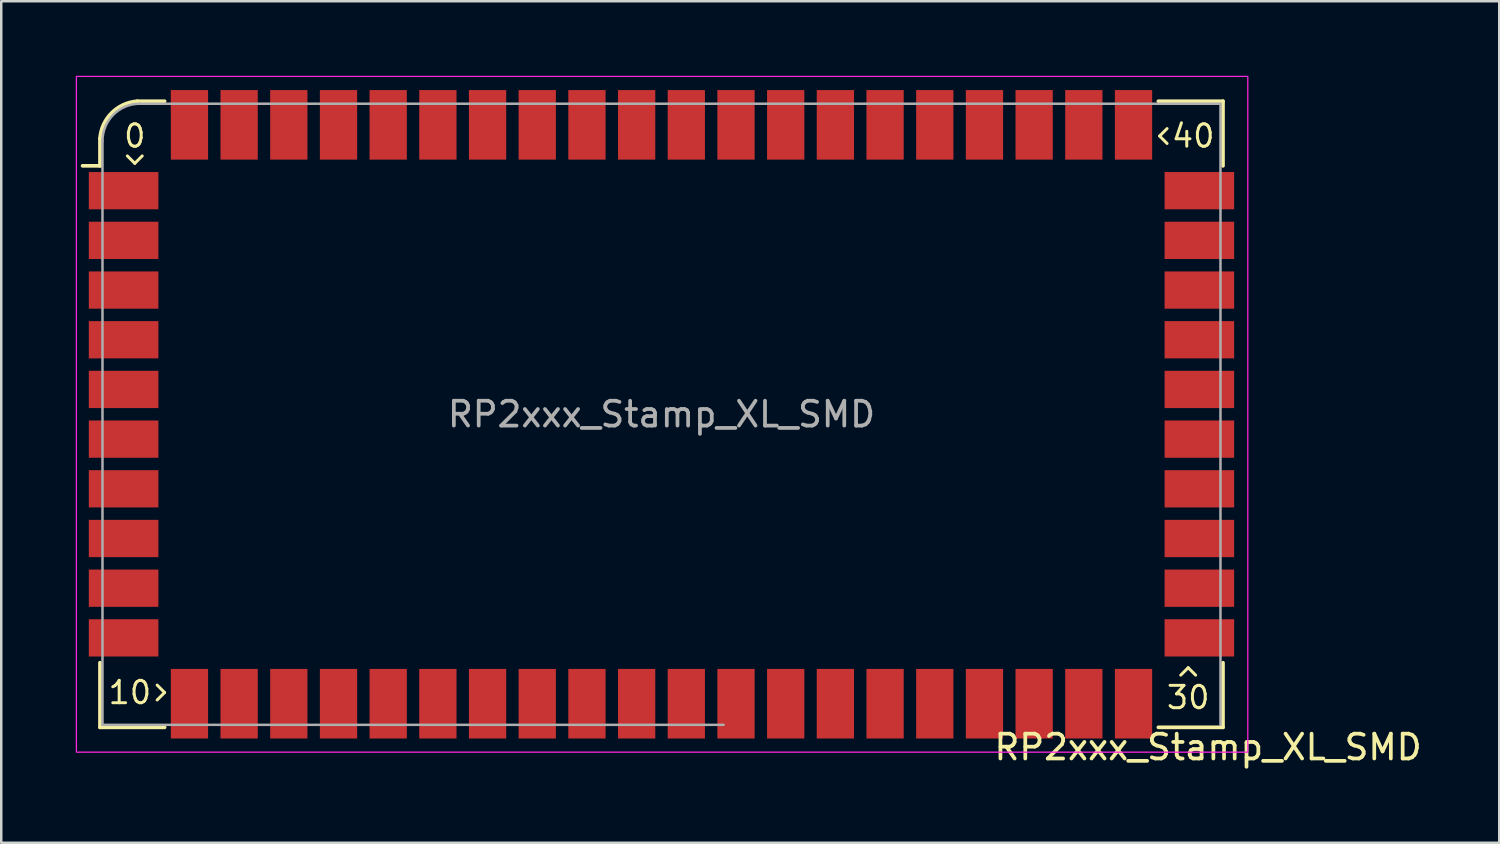
<source format=kicad_pcb>
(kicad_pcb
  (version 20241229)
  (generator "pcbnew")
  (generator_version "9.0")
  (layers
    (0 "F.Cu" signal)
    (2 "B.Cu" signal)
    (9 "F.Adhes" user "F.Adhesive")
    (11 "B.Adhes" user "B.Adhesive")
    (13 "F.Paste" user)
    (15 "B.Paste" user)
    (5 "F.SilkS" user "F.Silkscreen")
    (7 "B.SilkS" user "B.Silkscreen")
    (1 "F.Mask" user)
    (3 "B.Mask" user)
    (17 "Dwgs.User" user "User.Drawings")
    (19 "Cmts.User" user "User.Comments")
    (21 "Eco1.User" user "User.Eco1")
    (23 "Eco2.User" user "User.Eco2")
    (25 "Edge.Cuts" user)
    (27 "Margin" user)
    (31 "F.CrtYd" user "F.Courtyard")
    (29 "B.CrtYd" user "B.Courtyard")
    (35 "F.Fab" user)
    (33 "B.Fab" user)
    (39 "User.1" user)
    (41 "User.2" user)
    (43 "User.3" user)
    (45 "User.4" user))
  (footprint "RP2xxx_Stamp_XL_SMD"
    (layer "F.Cu")
    (at 23.575 13.625)
    (property "Reference" "RP2xxx_Stamp_XL_SMD" (at 22 13.4 0) (unlocked yes) (layer "F.SilkS") (effects (font (size 1 1) (thickness 0.15))))
    (attr through_hole)
    (fp_line (start -22.6 -10) (end -23.3 -10) (stroke (width 0.15) (type solid)) (layer "F.SilkS"))
    (fp_line (start -22.6 -10) (end -22.6 -11.1) (stroke (width 0.15) (type solid)) (layer "F.SilkS"))
    (fp_line (start -22.6 12.6) (end -22.6 10) (stroke (width 0.15) (type solid)) (layer "F.SilkS"))
    (fp_line (start -21.5 -10.4) (end -21.2 -10.1) (stroke (width 0.12) (type solid)) (layer "F.SilkS"))
    (fp_line (start -21.2 -10.1) (end -20.9 -10.4) (stroke (width 0.12) (type solid)) (layer "F.SilkS"))
    (fp_line (start -21.1 -12.6) (end -20 -12.6) (stroke (width 0.15) (type solid)) (layer "F.SilkS"))
    (fp_line (start -20.3 11.5) (end -20 11.2) (stroke (width 0.12) (type solid)) (layer "F.SilkS"))
    (fp_line (start -20 11.2) (end -20.3 10.9) (stroke (width 0.12) (type solid)) (layer "F.SilkS"))
    (fp_line (start -20 12.6) (end -22.6 12.6) (stroke (width 0.15) (type solid)) (layer "F.SilkS"))
    (fp_line (start 20 -12.6) (end 22.6 -12.6) (stroke (width 0.15) (type solid)) (layer "F.SilkS"))
    (fp_line (start 20.05 -11.2) (end 20.35 -10.9) (stroke (width 0.12) (type solid)) (layer "F.SilkS"))
    (fp_line (start 20.35 -11.5) (end 20.05 -11.2) (stroke (width 0.12) (type solid)) (layer "F.SilkS"))
    (fp_line (start 21.2 10.2) (end 20.9 10.5) (stroke (width 0.12) (type solid)) (layer "F.SilkS"))
    (fp_line (start 21.5 10.5) (end 21.2 10.2) (stroke (width 0.12) (type solid)) (layer "F.SilkS"))
    (fp_line (start 22.6 -12.6) (end 22.6 -10) (stroke (width 0.15) (type solid)) (layer "F.SilkS"))
    (fp_line (start 22.6 10) (end 22.6 12.6) (stroke (width 0.15) (type solid)) (layer "F.SilkS"))
    (fp_line (start 22.6 12.6) (end 20 12.6) (stroke (width 0.15) (type solid)) (layer "F.SilkS"))
    (fp_arc (start -22.6 -11.1) (mid -22.129432 -12.129432) (end -21.1 -12.6) (stroke (width 0.15) (type solid)) (layer "F.SilkS"))
    (fp_rect (start -23.55 -13.6) (end 23.6 13.6) (stroke (width 0.05) (type solid)) (fill no) (layer "F.CrtYd"))
    (fp_line (start -22.5 12.5) (end -22.5 -11) (stroke (width 0.1) (type solid)) (layer "F.Fab"))
    (fp_line (start -21 -12.5) (end 22.5 -12.5) (stroke (width 0.1) (type solid)) (layer "F.Fab"))
    (fp_line (start 2.5 12.5) (end -22.5 12.5) (stroke (width 0.1) (type solid)) (layer "F.Fab"))
    (fp_line (start 22.5 -12.5) (end 22.5 12.5) (stroke (width 0.1) (type solid)) (layer "F.Fab"))
    (fp_arc (start -22.500003 -11.000003) (mid -22.060661 -12.060662) (end -21 -12.5) (stroke (width 0.1) (type solid)) (layer "F.Fab"))
    (fp_text user "0" (at -21.2 -11.2 0) (unlocked yes) (layer "F.SilkS") (effects (font (size 0.9 0.9) (thickness 0.12))))
    (fp_text user "10" (at -21.4 11.2 0) (unlocked yes) (layer "F.SilkS") (effects (font (size 0.9 0.9) (thickness 0.12))))
    (fp_text user "30" (at 21.2 11.4 0) (unlocked yes) (layer "F.SilkS") (effects (font (size 0.9 0.9) (thickness 0.12))))
    (fp_text user "40" (at 21.4 -11.2 0) (unlocked yes) (layer "F.SilkS") (effects (font (size 0.9 0.9) (thickness 0.12))))
    (fp_text user "${REFERENCE}" (at 0 0 0) (unlocked yes) (layer "F.Fab") (effects (font (size 1 1) (thickness 0.15))))
    (pad "1" smd rect (at -21.65 -9) (size 2.8 1.5) (layers "F.Cu" "F.Mask" "F.Paste"))
    (pad "2" smd rect (at -21.65 -7) (size 2.8 1.5) (layers "F.Cu" "F.Mask" "F.Paste"))
    (pad "3" smd rect (at -21.65 -5) (size 2.8 1.5) (layers "F.Cu" "F.Mask" "F.Paste"))
    (pad "4" smd rect (at -21.65 -3) (size 2.8 1.5) (layers "F.Cu" "F.Mask" "F.Paste"))
    (pad "5" smd rect (at -21.65 -1) (size 2.8 1.5) (layers "F.Cu" "F.Mask" "F.Paste"))
    (pad "6" smd rect (at -21.65 1) (size 2.8 1.5) (layers "F.Cu" "F.Mask" "F.Paste"))
    (pad "7" smd rect (at -21.65 3) (size 2.8 1.5) (layers "F.Cu" "F.Mask" "F.Paste"))
    (pad "8" smd rect (at -21.65 5) (size 2.8 1.5) (layers "F.Cu" "F.Mask" "F.Paste"))
    (pad "9" smd rect (at -21.65 7) (size 2.8 1.5) (layers "F.Cu" "F.Mask" "F.Paste"))
    (pad "10" smd rect (at -21.65 9) (size 2.8 1.5) (layers "F.Cu" "F.Mask" "F.Paste"))
    (pad "11" smd rect (at -19 11.65 270) (size 2.8 1.5) (layers "F.Cu" "F.Mask" "F.Paste"))
    (pad "12" smd rect (at -17 11.65 270) (size 2.8 1.5) (layers "F.Cu" "F.Mask" "F.Paste"))
    (pad "13" smd rect (at -15 11.65 270) (size 2.8 1.5) (layers "F.Cu" "F.Mask" "F.Paste"))
    (pad "14" smd rect (at -13 11.65 270) (size 2.8 1.5) (layers "F.Cu" "F.Mask" "F.Paste"))
    (pad "15" smd rect (at -11 11.65 270) (size 2.8 1.5) (layers "F.Cu" "F.Mask" "F.Paste"))
    (pad "16" smd rect (at -9 11.65 270) (size 2.8 1.5) (layers "F.Cu" "F.Mask" "F.Paste"))
    (pad "17" smd rect (at -7 11.65 270) (size 2.8 1.5) (layers "F.Cu" "F.Mask" "F.Paste"))
    (pad "18" smd rect (at -5 11.65 270) (size 2.8 1.5) (layers "F.Cu" "F.Mask" "F.Paste"))
    (pad "19" smd rect (at -3 11.65 270) (size 2.8 1.5) (layers "F.Cu" "F.Mask" "F.Paste"))
    (pad "20" smd rect (at -1 11.65 270) (size 2.8 1.5) (layers "F.Cu" "F.Mask" "F.Paste"))
    (pad "21" smd rect (at 1 11.65 270) (size 2.8 1.5) (layers "F.Cu" "F.Mask" "F.Paste"))
    (pad "22" smd rect (at 3 11.65 270) (size 2.8 1.5) (layers "F.Cu" "F.Mask" "F.Paste"))
    (pad "23" smd rect (at 5 11.65 270) (size 2.8 1.5) (layers "F.Cu" "F.Mask" "F.Paste"))
    (pad "24" smd rect (at 7 11.65 270) (size 2.8 1.5) (layers "F.Cu" "F.Mask" "F.Paste"))
    (pad "25" smd rect (at 9 11.65 270) (size 2.8 1.5) (layers "F.Cu" "F.Mask" "F.Paste"))
    (pad "26" smd rect (at 11 11.65 270) (size 2.8 1.5) (layers "F.Cu" "F.Mask" "F.Paste"))
    (pad "27" smd rect (at 13 11.65 270) (size 2.8 1.5) (layers "F.Cu" "F.Mask" "F.Paste"))
    (pad "28" smd rect (at 15 11.65 270) (size 2.8 1.5) (layers "F.Cu" "F.Mask" "F.Paste"))
    (pad "29" smd rect (at 17 11.65 270) (size 2.8 1.5) (layers "F.Cu" "F.Mask" "F.Paste"))
    (pad "30" smd rect (at 19 11.65 270) (size 2.8 1.5) (layers "F.Cu" "F.Mask" "F.Paste"))
    (pad "31" smd rect (at -1 -11.65 270) (size 2.8 1.5) (layers "F.Cu" "F.Mask" "F.Paste"))
    (pad "32" smd rect (at -3 -11.65 270) (size 2.8 1.5) (layers "F.Cu" "F.Mask" "F.Paste"))
    (pad "33" smd rect (at -5 -11.65 270) (size 2.8 1.5) (layers "F.Cu" "F.Mask" "F.Paste"))
    (pad "34" smd rect (at -7 -11.65 270) (size 2.8 1.5) (layers "F.Cu" "F.Mask" "F.Paste"))
    (pad "35" smd rect (at -9 -11.65 270) (size 2.8 1.5) (layers "F.Cu" "F.Mask" "F.Paste"))
    (pad "36" smd rect (at -11 -11.65 270) (size 2.8 1.5) (layers "F.Cu" "F.Mask" "F.Paste"))
    (pad "37" smd rect (at -13 -11.65 270) (size 2.8 1.5) (layers "F.Cu" "F.Mask" "F.Paste"))
    (pad "38" smd rect (at -15 -11.65 270) (size 2.8 1.5) (layers "F.Cu" "F.Mask" "F.Paste"))
    (pad "39" smd rect (at -17 -11.65 270) (size 2.8 1.5) (layers "F.Cu" "F.Mask" "F.Paste"))
    (pad "40" smd rect (at -19 -11.65 270) (size 2.8 1.5) (layers "F.Cu" "F.Mask" "F.Paste"))
    (pad "41" smd rect (at 21.65 9) (size 2.8 1.5) (layers "F.Cu" "F.Mask" "F.Paste"))
    (pad "42" smd rect (at 21.65 7) (size 2.8 1.5) (layers "F.Cu" "F.Mask" "F.Paste"))
    (pad "43" smd rect (at 21.65 5) (size 2.8 1.5) (layers "F.Cu" "F.Mask" "F.Paste"))
    (pad "44" smd rect (at 21.65 3) (size 2.8 1.5) (layers "F.Cu" "F.Mask" "F.Paste"))
    (pad "45" smd rect (at 21.65 1) (size 2.8 1.5) (layers "F.Cu" "F.Mask" "F.Paste"))
    (pad "46" smd rect (at 21.65 -1) (size 2.8 1.5) (layers "F.Cu" "F.Mask" "F.Paste"))
    (pad "47" smd rect (at 21.65 -3) (size 2.8 1.5) (layers "F.Cu" "F.Mask" "F.Paste"))
    (pad "48" smd rect (at 21.65 -5) (size 2.8 1.5) (layers "F.Cu" "F.Mask" "F.Paste"))
    (pad "49" smd rect (at 21.65 -7) (size 2.8 1.5) (layers "F.Cu" "F.Mask" "F.Paste"))
    (pad "50" smd rect (at 21.65 -9) (size 2.8 1.5) (layers "F.Cu" "F.Mask" "F.Paste"))
    (pad "51" smd rect (at 19 -11.65 270) (size 2.8 1.5) (layers "F.Cu" "F.Mask" "F.Paste"))
    (pad "52" smd rect (at 17 -11.65 270) (size 2.8 1.5) (layers "F.Cu" "F.Mask" "F.Paste"))
    (pad "53" smd rect (at 15 -11.65 270) (size 2.8 1.5) (layers "F.Cu" "F.Mask" "F.Paste"))
    (pad "54" smd rect (at 13 -11.65 270) (size 2.8 1.5) (layers "F.Cu" "F.Mask" "F.Paste"))
    (pad "55" smd rect (at 11 -11.65 270) (size 2.8 1.5) (layers "F.Cu" "F.Mask" "F.Paste"))
    (pad "56" smd rect (at 9 -11.65 270) (size 2.8 1.5) (layers "F.Cu" "F.Mask" "F.Paste"))
    (pad "57" smd rect (at 7 -11.65 270) (size 2.8 1.5) (layers "F.Cu" "F.Mask" "F.Paste"))
    (pad "58" smd rect (at 5 -11.65 270) (size 2.8 1.5) (layers "F.Cu" "F.Mask" "F.Paste"))
    (pad "59" smd rect (at 3 -11.65 270) (size 2.8 1.5) (layers "F.Cu" "F.Mask" "F.Paste"))
    (pad "60" smd rect (at 1 -11.65 270) (size 2.8 1.5) (layers "F.Cu" "F.Mask" "F.Paste")))
  (gr_rect
    (start -3 -3)
    (end 57.295 30.873)
    (stroke (width 0.1) (type default))
    (fill no)
    (layer "Edge.Cuts")))
</source>
